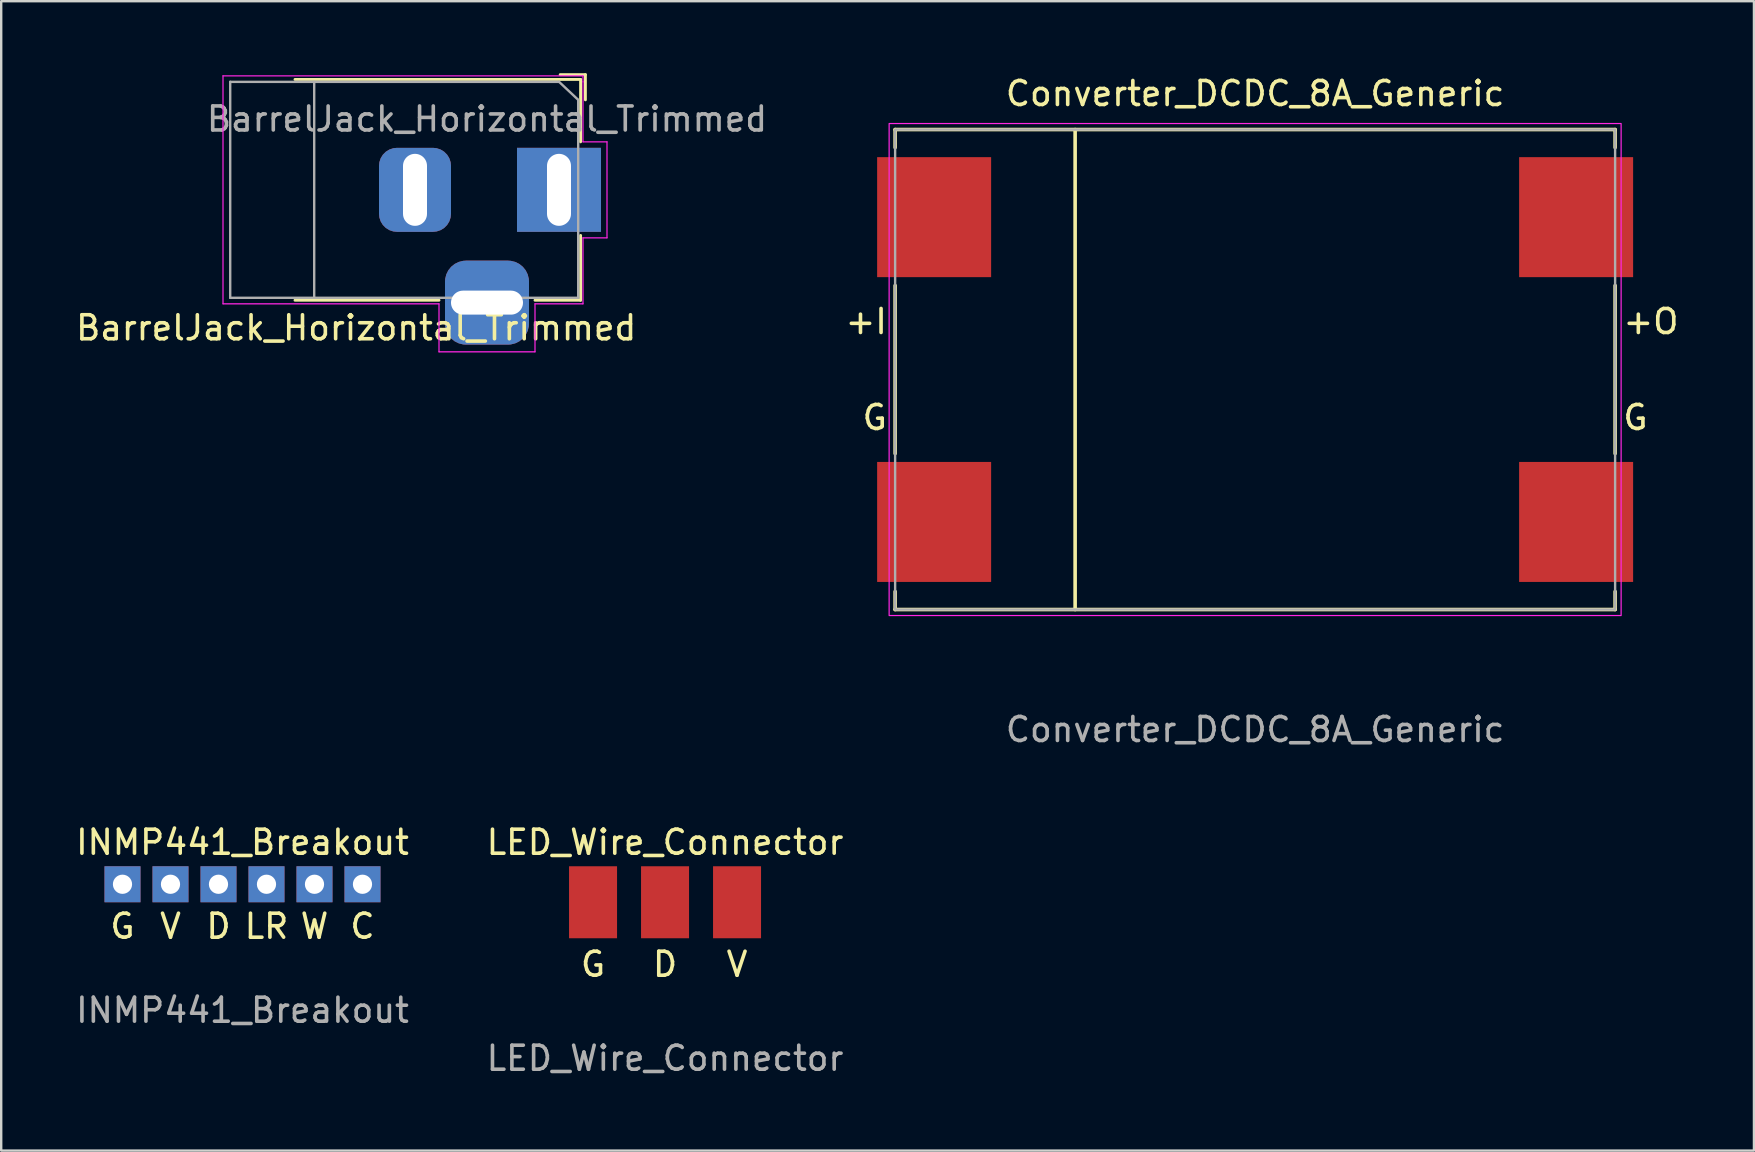
<source format=kicad_pcb>
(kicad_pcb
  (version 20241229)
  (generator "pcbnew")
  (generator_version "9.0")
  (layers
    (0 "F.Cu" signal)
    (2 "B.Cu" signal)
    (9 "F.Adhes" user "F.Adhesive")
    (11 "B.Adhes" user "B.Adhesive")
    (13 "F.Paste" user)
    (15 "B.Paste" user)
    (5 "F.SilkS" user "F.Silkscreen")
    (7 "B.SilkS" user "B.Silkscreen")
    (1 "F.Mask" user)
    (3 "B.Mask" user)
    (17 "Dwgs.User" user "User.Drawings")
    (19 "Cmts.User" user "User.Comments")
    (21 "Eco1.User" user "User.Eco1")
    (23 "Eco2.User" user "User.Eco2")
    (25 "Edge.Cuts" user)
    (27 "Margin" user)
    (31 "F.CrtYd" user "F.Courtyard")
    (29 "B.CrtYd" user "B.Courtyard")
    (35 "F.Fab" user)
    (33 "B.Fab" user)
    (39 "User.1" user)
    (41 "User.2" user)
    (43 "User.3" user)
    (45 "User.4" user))
  (footprint "Converter_DCDC_8A_Generic"
    (layer "F.Cu")
    (at 49.248 12.348)
    (property "Reference" "Converter_DCDC_8A_Generic" (at 0 -11.5 0) (unlocked yes) (layer "F.SilkS") (effects (font (size 1 1) (thickness 0.15))))
    (attr smd)
    (fp_line (start -15 -10) (end 15 -10) (stroke (width 0.15) (type solid)) (layer "F.SilkS"))
    (fp_line (start -15 -9.25) (end -15 -10) (stroke (width 0.15) (type solid)) (layer "F.SilkS"))
    (fp_line (start -15 3.5) (end -15 -3.5) (stroke (width 0.15) (type solid)) (layer "F.SilkS"))
    (fp_line (start -15 10) (end -15 9.25) (stroke (width 0.15) (type solid)) (layer "F.SilkS"))
    (fp_line (start -7.5 -10) (end -7.5 10) (stroke (width 0.15) (type solid)) (layer "F.SilkS"))
    (fp_line (start 15 -10) (end 15 -9.25) (stroke (width 0.15) (type solid)) (layer "F.SilkS"))
    (fp_line (start 15 -3.5) (end 15 3.5) (stroke (width 0.15) (type solid)) (layer "F.SilkS"))
    (fp_line (start 15 9.25) (end 15 10) (stroke (width 0.15) (type solid)) (layer "F.SilkS"))
    (fp_line (start 15 10) (end -15 10) (stroke (width 0.15) (type solid)) (layer "F.SilkS"))
    (fp_rect (start -15.25 -10.25) (end 15.25 10.25) (stroke (width 0.05) (type default)) (fill no) (layer "F.CrtYd"))
    (fp_rect (start -15 -10) (end 15 10) (stroke (width 0.1) (type solid)) (fill no) (layer "F.Fab"))
    (fp_text user "G" (at -15.25 2 0) (unlocked yes) (layer "F.SilkS") (effects (font (size 1 1) (thickness 0.15)) (justify right)))
    (fp_text user "+O" (at 15.25 -2 0) (unlocked yes) (layer "F.SilkS") (effects (font (size 1 1) (thickness 0.15)) (justify left)))
    (fp_text user "+I" (at -15.25 -2 0) (unlocked yes) (layer "F.SilkS") (effects (font (size 1 1) (thickness 0.15)) (justify right)))
    (fp_text user "G" (at 15.25 2 0) (unlocked yes) (layer "F.SilkS") (effects (font (size 1 1) (thickness 0.15)) (justify left)))
    (fp_text user "${REFERENCE}" (at 0 15 0) (unlocked yes) (layer "F.Fab") (effects (font (size 1 1) (thickness 0.15))))
    (pad "1" smd rect (at -13.375 6.35) (size 4.75 5) (layers "F.Cu" "F.Mask" "F.Paste"))
    (pad "1" smd rect (at 13.375 6.35) (size 4.75 5) (layers "F.Cu" "F.Mask" "F.Paste"))
    (pad "2" smd rect (at -13.375 -6.35) (size 4.75 5) (layers "F.Cu" "F.Mask" "F.Paste"))
    (pad "3" smd rect (at 13.375 -6.35) (size 4.75 5) (layers "F.Cu" "F.Mask" "F.Paste")))
  (footprint "BarrelJack_Horizontal_Trimmed"
    (layer "F.Cu")
    (at 20.242 4.86)
    (property "Reference" "BarrelJack_Horizontal_Trimmed" (at -8.45 5.75 0) (layer "F.SilkS") (effects (font (size 1 1) (thickness 0.15))))
    (attr through_hole)
    (fp_line (start -11 -4.6) (end 0.9 -4.6) (stroke (width 0.12) (type solid)) (layer "F.SilkS"))
    (fp_line (start -5 4.6) (end -11 4.6) (stroke (width 0.12) (type solid)) (layer "F.SilkS"))
    (fp_line (start 0.05 -4.8) (end 1.1 -4.8) (stroke (width 0.12) (type solid)) (layer "F.SilkS"))
    (fp_line (start 0.9 -4.6) (end 0.9 -2) (stroke (width 0.12) (type solid)) (layer "F.SilkS"))
    (fp_line (start 0.9 1.9) (end 0.9 4.6) (stroke (width 0.12) (type solid)) (layer "F.SilkS"))
    (fp_line (start 0.9 4.6) (end -1 4.6) (stroke (width 0.12) (type solid)) (layer "F.SilkS"))
    (fp_line (start 1.1 -3.75) (end 1.1 -4.8) (stroke (width 0.12) (type solid)) (layer "F.SilkS"))
    (fp_line (start -14 4.75) (end -14 -4.75) (stroke (width 0.05) (type solid)) (layer "F.CrtYd"))
    (fp_line (start -5 4.75) (end -14 4.75) (stroke (width 0.05) (type solid)) (layer "F.CrtYd"))
    (fp_line (start -5 6.75) (end -5 4.75) (stroke (width 0.05) (type solid)) (layer "F.CrtYd"))
    (fp_line (start -1 4.75) (end -1 6.75) (stroke (width 0.05) (type solid)) (layer "F.CrtYd"))
    (fp_line (start -1 6.75) (end -5 6.75) (stroke (width 0.05) (type solid)) (layer "F.CrtYd"))
    (fp_line (start 1 -4.75) (end -14 -4.75) (stroke (width 0.05) (type solid)) (layer "F.CrtYd"))
    (fp_line (start 1 -4.5) (end 1 -4.75) (stroke (width 0.05) (type solid)) (layer "F.CrtYd"))
    (fp_line (start 1 -4.5) (end 1 -2) (stroke (width 0.05) (type solid)) (layer "F.CrtYd"))
    (fp_line (start 1 -2) (end 2 -2) (stroke (width 0.05) (type solid)) (layer "F.CrtYd"))
    (fp_line (start 1 2) (end 1 4.75) (stroke (width 0.05) (type solid)) (layer "F.CrtYd"))
    (fp_line (start 1 4.75) (end -1 4.75) (stroke (width 0.05) (type solid)) (layer "F.CrtYd"))
    (fp_line (start 2 -2) (end 2 2) (stroke (width 0.05) (type solid)) (layer "F.CrtYd"))
    (fp_line (start 2 2) (end 1 2) (stroke (width 0.05) (type solid)) (layer "F.CrtYd"))
    (fp_line (start -13.7 -4.5) (end -13.7 4.5) (stroke (width 0.1) (type solid)) (layer "F.Fab"))
    (fp_line (start -13.7 4.5) (end 0.8 4.5) (stroke (width 0.1) (type solid)) (layer "F.Fab"))
    (fp_line (start -10.2 -4.5) (end -10.2 4.5) (stroke (width 0.1) (type solid)) (layer "F.Fab"))
    (fp_line (start -0.003 -4.505) (end 0.8 -3.75) (stroke (width 0.1) (type solid)) (layer "F.Fab"))
    (fp_line (start 0 -4.5) (end -13.7 -4.5) (stroke (width 0.1) (type solid)) (layer "F.Fab"))
    (fp_line (start 0.8 4.5) (end 0.8 -3.75) (stroke (width 0.1) (type solid)) (layer "F.Fab"))
    (fp_text user "${REFERENCE}" (at -3 -2.95 0) (layer "F.Fab") (effects (font (size 1 1) (thickness 0.15))))
    (pad "1" thru_hole rect (at 0 0) (size 3.5 3.5) (drill oval 1 3) (layers "*.Cu" "*.Mask"))
    (pad "2" thru_hole roundrect (at -6 0) (size 3 3.5) (drill oval 1 3) (layers "*.Cu" "*.Mask") (roundrect_rratio 0.25))
    (pad "3" thru_hole roundrect (at -3 4.7) (size 3.5 3.5) (drill oval 3 1) (layers "*.Cu" "*.Mask") (roundrect_rratio 0.25)))
  (footprint "LED_Wire_Connector"
    (layer "F.Cu")
    (at 24.661 34.545)
    (property "Reference" "LED_Wire_Connector" (at 0 -2.5 0) (unlocked yes) (layer "F.SilkS") (effects (font (size 1 1) (thickness 0.15))))
    (attr smd)
    (fp_text user "V" (at 3 2 0) (unlocked yes) (layer "F.SilkS") (effects (font (size 1 1) (thickness 0.15)) (justify top)))
    (fp_text user "G" (at -3 2 0) (unlocked yes) (layer "F.SilkS") (effects (font (size 1 1) (thickness 0.15)) (justify top)))
    (fp_text user "D" (at 0 2 0) (unlocked yes) (layer "F.SilkS") (effects (font (size 1 1) (thickness 0.15)) (justify top)))
    (fp_text user "${REFERENCE}" (at 0 6.5 0) (unlocked yes) (layer "F.Fab") (effects (font (size 1 1) (thickness 0.15))))
    (pad "1" smd rect (at -3 0) (size 2 3) (layers "F.Cu" "F.Mask" "F.Paste"))
    (pad "2" smd rect (at 0 0) (size 2 3) (layers "F.Cu" "F.Mask" "F.Paste"))
    (pad "3" smd rect (at 3 0) (size 2 3) (layers "F.Cu" "F.Mask" "F.Paste")))
  (footprint "INMP441_Breakout"
    (layer "F.Cu")
    (at 2.054 33.795)
    (property "Reference" "INMP441_Breakout" (at 5 -1.75 0) (unlocked yes) (layer "F.SilkS") (effects (font (size 1 1) (thickness 0.15))))
    (attr smd)
    (fp_text user "G" (at 0 1.75 0) (unlocked yes) (layer "F.SilkS") (effects (font (size 1 1) (thickness 0.15))))
    (fp_text user "D" (at 4 1.75 0) (unlocked yes) (layer "F.SilkS") (effects (font (size 1 1) (thickness 0.15))))
    (fp_text user "LR" (at 6 1.75 0) (unlocked yes) (layer "F.SilkS") (effects (font (size 1 1) (thickness 0.15))))
    (fp_text user "V" (at 2 1.75 0) (unlocked yes) (layer "F.SilkS") (effects (font (size 1 1) (thickness 0.15))))
    (fp_text user "C" (at 10 1.75 0) (unlocked yes) (layer "F.SilkS") (effects (font (size 1 1) (thickness 0.15))))
    (fp_text user "W" (at 8 1.75 0) (unlocked yes) (layer "F.SilkS") (effects (font (size 1 1) (thickness 0.15))))
    (fp_text user "${REFERENCE}" (at 5 5.25 0) (unlocked yes) (layer "F.Fab") (effects (font (size 1 1) (thickness 0.15))))
    (pad "1" thru_hole rect (at 0 0) (size 1.5 1.5) (drill 0.8) (layers "*.Cu" "*.Mask"))
    (pad "2" thru_hole rect (at 2 0) (size 1.5 1.5) (drill 0.8) (layers "*.Cu" "*.Mask"))
    (pad "3" thru_hole rect (at 4 0) (size 1.5 1.5) (drill 0.8) (layers "*.Cu" "*.Mask"))
    (pad "4" thru_hole rect (at 6 0) (size 1.5 1.5) (drill 0.8) (layers "*.Cu" "*.Mask"))
    (pad "5" thru_hole rect (at 8 0) (size 1.5 1.5) (drill 0.8) (layers "*.Cu" "*.Mask"))
    (pad "6" thru_hole rect (at 10 0) (size 1.5 1.5) (drill 0.8) (layers "*.Cu" "*.Mask")))
  (gr_rect
    (start -3 -3)
    (end 70.033 44.893)
    (stroke (width 0.1) (type default))
    (fill no)
    (layer "Edge.Cuts")))
</source>
